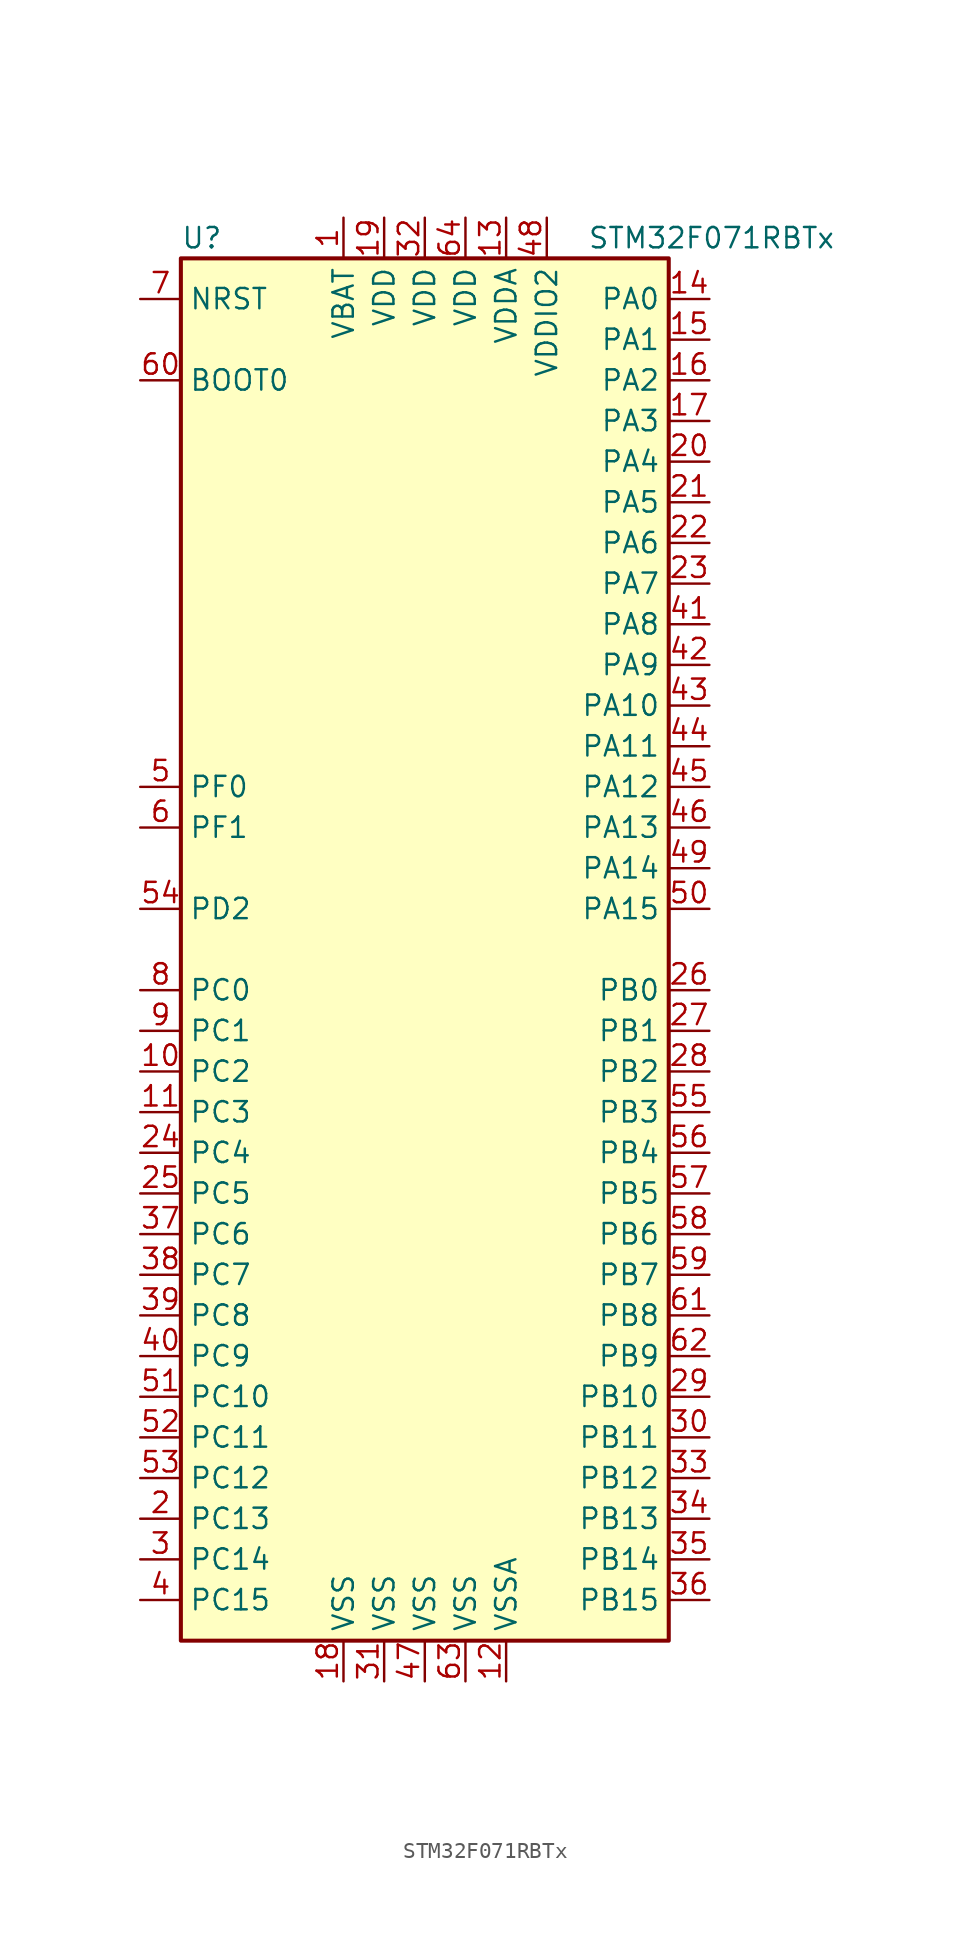
<source format=kicad_sym>
(kicad_symbol_lib
  (version 20201005)
  (generator kicad_symbol_editor)
  (symbol "STM32F071RBTx"
    (property "Reference" "U"
      (at -15.24 44.45 0)
      (effects (font (size 1.27 1.27)) (justify left)))
    (property "Value" "STM32F071RBTx"
      (at 10.16 44.45 0)
      (effects (font (size 1.27 1.27)) (justify left)))
    (symbol "STM32F071RBTx_0_1"
      (rectangle (start -15.24 -43.18) (end 15.24 43.18) (stroke (width 0.254)) (fill (type background))))
    (symbol "STM32F071RBTx_1_1"
      (pin power_in line (at -5.08 45.72 270) (length 2.54) (name "VBAT" (effects (font (size 1.27 1.27)))) (number "1" (effects (font (size 1.27 1.27)))))
      (pin bidirectional line (at -17.78 -7.62 0) (length 2.54) (name "PC2" (effects (font (size 1.27 1.27)))) (number "10" (effects (font (size 1.27 1.27)))))
      (pin bidirectional line (at -17.78 -10.16 0) (length 2.54) (name "PC3" (effects (font (size 1.27 1.27)))) (number "11" (effects (font (size 1.27 1.27)))))
      (pin power_in line (at 5.08 -45.72 90) (length 2.54) (name "VSSA" (effects (font (size 1.27 1.27)))) (number "12" (effects (font (size 1.27 1.27)))))
      (pin power_in line (at 5.08 45.72 270) (length 2.54) (name "VDDA" (effects (font (size 1.27 1.27)))) (number "13" (effects (font (size 1.27 1.27)))))
      (pin bidirectional line (at 17.78 40.64 180) (length 2.54) (name "PA0" (effects (font (size 1.27 1.27)))) (number "14" (effects (font (size 1.27 1.27)))))
      (pin bidirectional line (at 17.78 38.1 180) (length 2.54) (name "PA1" (effects (font (size 1.27 1.27)))) (number "15" (effects (font (size 1.27 1.27)))))
      (pin bidirectional line (at 17.78 35.56 180) (length 2.54) (name "PA2" (effects (font (size 1.27 1.27)))) (number "16" (effects (font (size 1.27 1.27)))))
      (pin bidirectional line (at 17.78 33.02 180) (length 2.54) (name "PA3" (effects (font (size 1.27 1.27)))) (number "17" (effects (font (size 1.27 1.27)))))
      (pin power_in line (at -5.08 -45.72 90) (length 2.54) (name "VSS" (effects (font (size 1.27 1.27)))) (number "18" (effects (font (size 1.27 1.27)))))
      (pin power_in line (at -2.54 45.72 270) (length 2.54) (name "VDD" (effects (font (size 1.27 1.27)))) (number "19" (effects (font (size 1.27 1.27)))))
      (pin bidirectional line (at -17.78 -35.56 0) (length 2.54) (name "PC13" (effects (font (size 1.27 1.27)))) (number "2" (effects (font (size 1.27 1.27)))))
      (pin bidirectional line (at 17.78 30.48 180) (length 2.54) (name "PA4" (effects (font (size 1.27 1.27)))) (number "20" (effects (font (size 1.27 1.27)))))
      (pin bidirectional line (at 17.78 27.94 180) (length 2.54) (name "PA5" (effects (font (size 1.27 1.27)))) (number "21" (effects (font (size 1.27 1.27)))))
      (pin bidirectional line (at 17.78 25.4 180) (length 2.54) (name "PA6" (effects (font (size 1.27 1.27)))) (number "22" (effects (font (size 1.27 1.27)))))
      (pin bidirectional line (at 17.78 22.86 180) (length 2.54) (name "PA7" (effects (font (size 1.27 1.27)))) (number "23" (effects (font (size 1.27 1.27)))))
      (pin bidirectional line (at -17.78 -12.7 0) (length 2.54) (name "PC4" (effects (font (size 1.27 1.27)))) (number "24" (effects (font (size 1.27 1.27)))))
      (pin bidirectional line (at -17.78 -15.24 0) (length 2.54) (name "PC5" (effects (font (size 1.27 1.27)))) (number "25" (effects (font (size 1.27 1.27)))))
      (pin bidirectional line (at 17.78 -2.54 180) (length 2.54) (name "PB0" (effects (font (size 1.27 1.27)))) (number "26" (effects (font (size 1.27 1.27)))))
      (pin bidirectional line (at 17.78 -5.08 180) (length 2.54) (name "PB1" (effects (font (size 1.27 1.27)))) (number "27" (effects (font (size 1.27 1.27)))))
      (pin bidirectional line (at 17.78 -7.62 180) (length 2.54) (name "PB2" (effects (font (size 1.27 1.27)))) (number "28" (effects (font (size 1.27 1.27)))))
      (pin bidirectional line (at 17.78 -27.94 180) (length 2.54) (name "PB10" (effects (font (size 1.27 1.27)))) (number "29" (effects (font (size 1.27 1.27)))))
      (pin bidirectional line (at -17.78 -38.1 0) (length 2.54) (name "PC14" (effects (font (size 1.27 1.27)))) (number "3" (effects (font (size 1.27 1.27)))))
      (pin bidirectional line (at 17.78 -30.48 180) (length 2.54) (name "PB11" (effects (font (size 1.27 1.27)))) (number "30" (effects (font (size 1.27 1.27)))))
      (pin power_in line (at -2.54 -45.72 90) (length 2.54) (name "VSS" (effects (font (size 1.27 1.27)))) (number "31" (effects (font (size 1.27 1.27)))))
      (pin power_in line (at 0 45.72 270) (length 2.54) (name "VDD" (effects (font (size 1.27 1.27)))) (number "32" (effects (font (size 1.27 1.27)))))
      (pin bidirectional line (at 17.78 -33.02 180) (length 2.54) (name "PB12" (effects (font (size 1.27 1.27)))) (number "33" (effects (font (size 1.27 1.27)))))
      (pin bidirectional line (at 17.78 -35.56 180) (length 2.54) (name "PB13" (effects (font (size 1.27 1.27)))) (number "34" (effects (font (size 1.27 1.27)))))
      (pin bidirectional line (at 17.78 -38.1 180) (length 2.54) (name "PB14" (effects (font (size 1.27 1.27)))) (number "35" (effects (font (size 1.27 1.27)))))
      (pin bidirectional line (at 17.78 -40.64 180) (length 2.54) (name "PB15" (effects (font (size 1.27 1.27)))) (number "36" (effects (font (size 1.27 1.27)))))
      (pin bidirectional line (at -17.78 -17.78 0) (length 2.54) (name "PC6" (effects (font (size 1.27 1.27)))) (number "37" (effects (font (size 1.27 1.27)))))
      (pin bidirectional line (at -17.78 -20.32 0) (length 2.54) (name "PC7" (effects (font (size 1.27 1.27)))) (number "38" (effects (font (size 1.27 1.27)))))
      (pin bidirectional line (at -17.78 -22.86 0) (length 2.54) (name "PC8" (effects (font (size 1.27 1.27)))) (number "39" (effects (font (size 1.27 1.27)))))
      (pin bidirectional line (at -17.78 -40.64 0) (length 2.54) (name "PC15" (effects (font (size 1.27 1.27)))) (number "4" (effects (font (size 1.27 1.27)))))
      (pin bidirectional line (at -17.78 -25.4 0) (length 2.54) (name "PC9" (effects (font (size 1.27 1.27)))) (number "40" (effects (font (size 1.27 1.27)))))
      (pin bidirectional line (at 17.78 20.32 180) (length 2.54) (name "PA8" (effects (font (size 1.27 1.27)))) (number "41" (effects (font (size 1.27 1.27)))))
      (pin bidirectional line (at 17.78 17.78 180) (length 2.54) (name "PA9" (effects (font (size 1.27 1.27)))) (number "42" (effects (font (size 1.27 1.27)))))
      (pin bidirectional line (at 17.78 15.24 180) (length 2.54) (name "PA10" (effects (font (size 1.27 1.27)))) (number "43" (effects (font (size 1.27 1.27)))))
      (pin bidirectional line (at 17.78 12.7 180) (length 2.54) (name "PA11" (effects (font (size 1.27 1.27)))) (number "44" (effects (font (size 1.27 1.27)))))
      (pin bidirectional line (at 17.78 10.16 180) (length 2.54) (name "PA12" (effects (font (size 1.27 1.27)))) (number "45" (effects (font (size 1.27 1.27)))))
      (pin bidirectional line (at 17.78 7.62 180) (length 2.54) (name "PA13" (effects (font (size 1.27 1.27)))) (number "46" (effects (font (size 1.27 1.27)))))
      (pin power_in line (at 0 -45.72 90) (length 2.54) (name "VSS" (effects (font (size 1.27 1.27)))) (number "47" (effects (font (size 1.27 1.27)))))
      (pin power_in line (at 7.62 45.72 270) (length 2.54) (name "VDDIO2" (effects (font (size 1.27 1.27)))) (number "48" (effects (font (size 1.27 1.27)))))
      (pin bidirectional line (at 17.78 5.08 180) (length 2.54) (name "PA14" (effects (font (size 1.27 1.27)))) (number "49" (effects (font (size 1.27 1.27)))))
      (pin input line (at -17.78 10.16 0) (length 2.54) (name "PF0" (effects (font (size 1.27 1.27)))) (number "5" (effects (font (size 1.27 1.27)))))
      (pin bidirectional line (at 17.78 2.54 180) (length 2.54) (name "PA15" (effects (font (size 1.27 1.27)))) (number "50" (effects (font (size 1.27 1.27)))))
      (pin bidirectional line (at -17.78 -27.94 0) (length 2.54) (name "PC10" (effects (font (size 1.27 1.27)))) (number "51" (effects (font (size 1.27 1.27)))))
      (pin bidirectional line (at -17.78 -30.48 0) (length 2.54) (name "PC11" (effects (font (size 1.27 1.27)))) (number "52" (effects (font (size 1.27 1.27)))))
      (pin bidirectional line (at -17.78 -33.02 0) (length 2.54) (name "PC12" (effects (font (size 1.27 1.27)))) (number "53" (effects (font (size 1.27 1.27)))))
      (pin bidirectional line (at -17.78 2.54 0) (length 2.54) (name "PD2" (effects (font (size 1.27 1.27)))) (number "54" (effects (font (size 1.27 1.27)))))
      (pin bidirectional line (at 17.78 -10.16 180) (length 2.54) (name "PB3" (effects (font (size 1.27 1.27)))) (number "55" (effects (font (size 1.27 1.27)))))
      (pin bidirectional line (at 17.78 -12.7 180) (length 2.54) (name "PB4" (effects (font (size 1.27 1.27)))) (number "56" (effects (font (size 1.27 1.27)))))
      (pin bidirectional line (at 17.78 -15.24 180) (length 2.54) (name "PB5" (effects (font (size 1.27 1.27)))) (number "57" (effects (font (size 1.27 1.27)))))
      (pin bidirectional line (at 17.78 -17.78 180) (length 2.54) (name "PB6" (effects (font (size 1.27 1.27)))) (number "58" (effects (font (size 1.27 1.27)))))
      (pin bidirectional line (at 17.78 -20.32 180) (length 2.54) (name "PB7" (effects (font (size 1.27 1.27)))) (number "59" (effects (font (size 1.27 1.27)))))
      (pin input line (at -17.78 7.62 0) (length 2.54) (name "PF1" (effects (font (size 1.27 1.27)))) (number "6" (effects (font (size 1.27 1.27)))))
      (pin input line (at -17.78 35.56 0) (length 2.54) (name "BOOT0" (effects (font (size 1.27 1.27)))) (number "60" (effects (font (size 1.27 1.27)))))
      (pin bidirectional line (at 17.78 -22.86 180) (length 2.54) (name "PB8" (effects (font (size 1.27 1.27)))) (number "61" (effects (font (size 1.27 1.27)))))
      (pin bidirectional line (at 17.78 -25.4 180) (length 2.54) (name "PB9" (effects (font (size 1.27 1.27)))) (number "62" (effects (font (size 1.27 1.27)))))
      (pin power_in line (at 2.54 -45.72 90) (length 2.54) (name "VSS" (effects (font (size 1.27 1.27)))) (number "63" (effects (font (size 1.27 1.27)))))
      (pin power_in line (at 2.54 45.72 270) (length 2.54) (name "VDD" (effects (font (size 1.27 1.27)))) (number "64" (effects (font (size 1.27 1.27)))))
      (pin input line (at -17.78 40.64 0) (length 2.54) (name "NRST" (effects (font (size 1.27 1.27)))) (number "7" (effects (font (size 1.27 1.27)))))
      (pin bidirectional line (at -17.78 -2.54 0) (length 2.54) (name "PC0" (effects (font (size 1.27 1.27)))) (number "8" (effects (font (size 1.27 1.27)))))
      (pin bidirectional line (at -17.78 -5.08 0) (length 2.54) (name "PC1" (effects (font (size 1.27 1.27)))) (number "9" (effects (font (size 1.27 1.27))))))))
</source>
